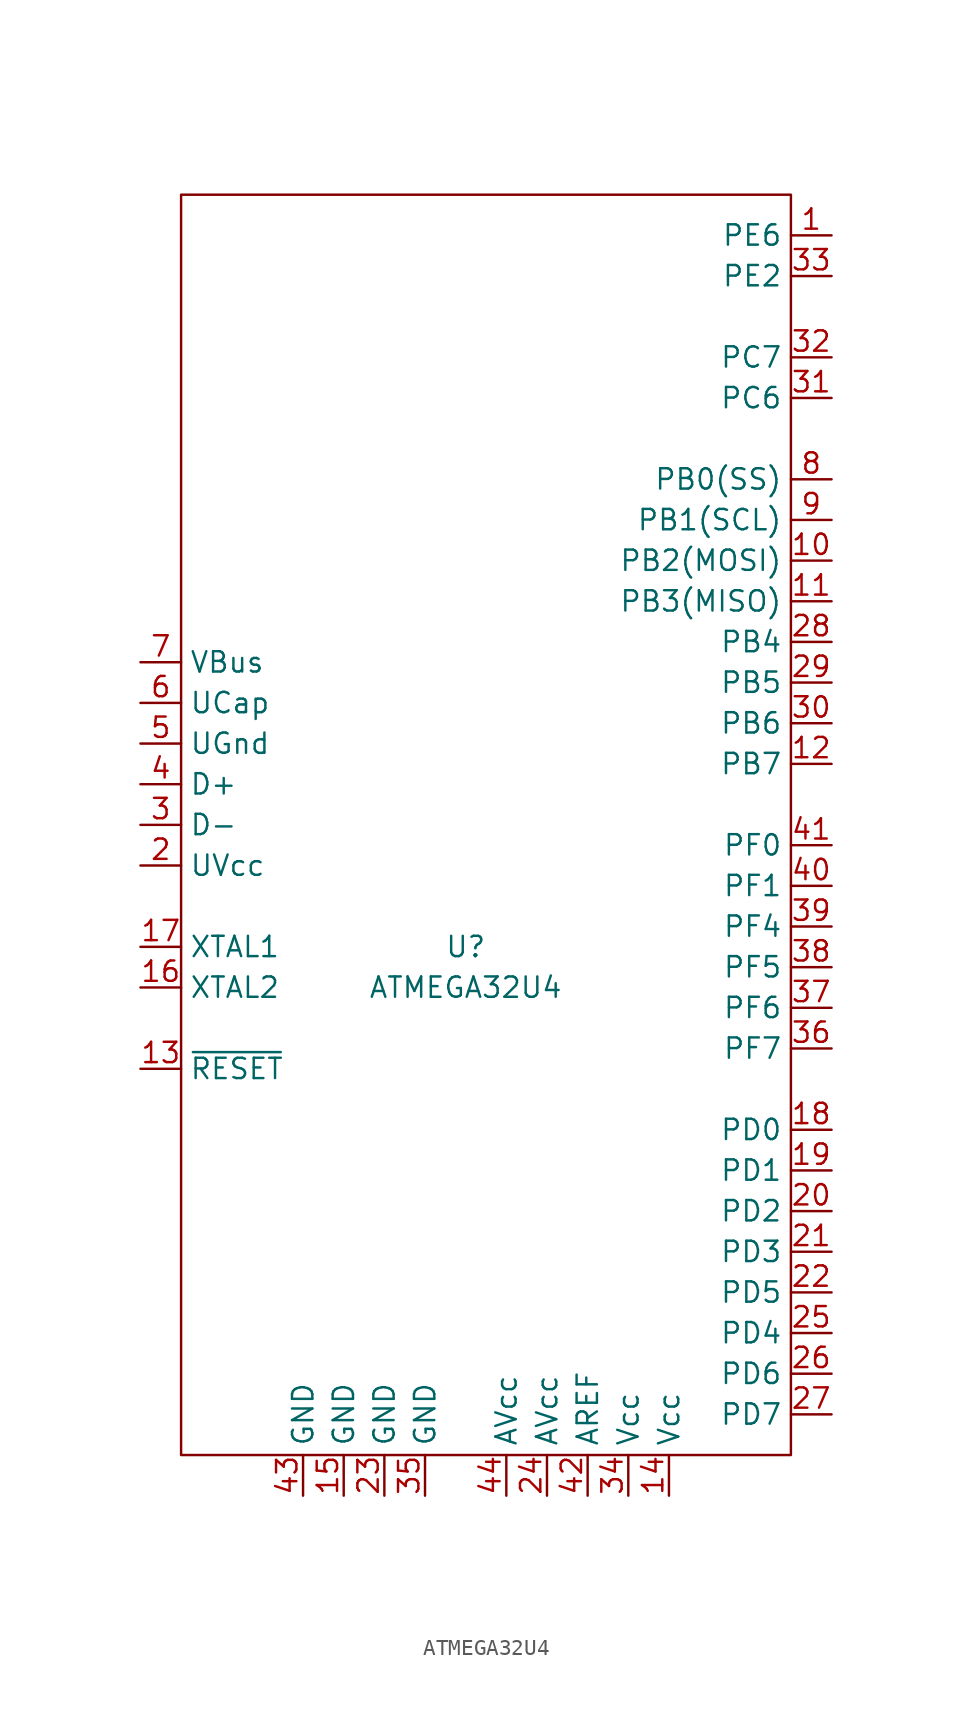
<source format=kicad_sym>
(kicad_symbol_lib
  (version 20211014)
  (generator kicad_symbol_editor)
  (symbol "ATMEGA32U4"
    (property "Reference" "U"
      (at -1.27 -6.35 0)
      (effects (font (size 1.27 1.27))))
    (property "Value" "ATMEGA32U4"
      (at -1.27 -8.89 0)
      (effects (font (size 1.27 1.27))))
    (symbol "ATMEGA32U4_0_1"
      (rectangle (start -19.05 40.64) (end 19.05 -38.1) (stroke (width 0) (type default) (color 0 0 0 0)) (fill (type none))))
    (symbol "ATMEGA32U4_1_1"
      (pin bidirectional line (at 21.59 38.1 180) (length 2.54) (name "PE6" (effects (font (size 1.27 1.27)))) (number "1" (effects (font (size 1.27 1.27)))))
      (pin bidirectional line (at 21.59 17.78 180) (length 2.54) (name "PB2(MOSI)" (effects (font (size 1.27 1.27)))) (number "10" (effects (font (size 1.27 1.27)))))
      (pin bidirectional line (at 21.59 15.24 180) (length 2.54) (name "PB3(MISO)" (effects (font (size 1.27 1.27)))) (number "11" (effects (font (size 1.27 1.27)))))
      (pin bidirectional line (at 21.59 5.08 180) (length 2.54) (name "PB7" (effects (font (size 1.27 1.27)))) (number "12" (effects (font (size 1.27 1.27)))))
      (pin input line (at -21.59 -13.97 0) (length 2.54) (name "~{RESET}" (effects (font (size 1.27 1.27)))) (number "13" (effects (font (size 1.27 1.27)))))
      (pin bidirectional line (at 11.43 -40.64 90) (length 2.54) (name "Vcc" (effects (font (size 1.27 1.27)))) (number "14" (effects (font (size 1.27 1.27)))))
      (pin passive line (at -8.89 -40.64 90) (length 2.54) (name "GND" (effects (font (size 1.27 1.27)))) (number "15" (effects (font (size 1.27 1.27)))))
      (pin input line (at -21.59 -8.89 0) (length 2.54) (name "XTAL2" (effects (font (size 1.27 1.27)))) (number "16" (effects (font (size 1.27 1.27)))))
      (pin input line (at -21.59 -6.35 0) (length 2.54) (name "XTAL1" (effects (font (size 1.27 1.27)))) (number "17" (effects (font (size 1.27 1.27)))))
      (pin bidirectional line (at 21.59 -17.78 180) (length 2.54) (name "PD0" (effects (font (size 1.27 1.27)))) (number "18" (effects (font (size 1.27 1.27)))))
      (pin bidirectional line (at 21.59 -20.32 180) (length 2.54) (name "PD1" (effects (font (size 1.27 1.27)))) (number "19" (effects (font (size 1.27 1.27)))))
      (pin passive line (at -21.59 -1.27 0) (length 2.54) (name "UVcc" (effects (font (size 1.27 1.27)))) (number "2" (effects (font (size 1.27 1.27)))))
      (pin bidirectional line (at 21.59 -22.86 180) (length 2.54) (name "PD2" (effects (font (size 1.27 1.27)))) (number "20" (effects (font (size 1.27 1.27)))))
      (pin bidirectional line (at 21.59 -25.4 180) (length 2.54) (name "PD3" (effects (font (size 1.27 1.27)))) (number "21" (effects (font (size 1.27 1.27)))))
      (pin bidirectional line (at 21.59 -27.94 180) (length 2.54) (name "PD5" (effects (font (size 1.27 1.27)))) (number "22" (effects (font (size 1.27 1.27)))))
      (pin passive line (at -6.35 -40.64 90) (length 2.54) (name "GND" (effects (font (size 1.27 1.27)))) (number "23" (effects (font (size 1.27 1.27)))))
      (pin passive line (at 3.81 -40.64 90) (length 2.54) (name "AVcc" (effects (font (size 1.27 1.27)))) (number "24" (effects (font (size 1.27 1.27)))))
      (pin bidirectional line (at 21.59 -30.48 180) (length 2.54) (name "PD4" (effects (font (size 1.27 1.27)))) (number "25" (effects (font (size 1.27 1.27)))))
      (pin bidirectional line (at 21.59 -33.02 180) (length 2.54) (name "PD6" (effects (font (size 1.27 1.27)))) (number "26" (effects (font (size 1.27 1.27)))))
      (pin bidirectional line (at 21.59 -35.56 180) (length 2.54) (name "PD7" (effects (font (size 1.27 1.27)))) (number "27" (effects (font (size 1.27 1.27)))))
      (pin bidirectional line (at 21.59 12.7 180) (length 2.54) (name "PB4" (effects (font (size 1.27 1.27)))) (number "28" (effects (font (size 1.27 1.27)))))
      (pin bidirectional line (at 21.59 10.16 180) (length 2.54) (name "PB5" (effects (font (size 1.27 1.27)))) (number "29" (effects (font (size 1.27 1.27)))))
      (pin bidirectional line (at -21.59 1.27 0) (length 2.54) (name "D-" (effects (font (size 1.27 1.27)))) (number "3" (effects (font (size 1.27 1.27)))))
      (pin bidirectional line (at 21.59 7.62 180) (length 2.54) (name "PB6" (effects (font (size 1.27 1.27)))) (number "30" (effects (font (size 1.27 1.27)))))
      (pin bidirectional line (at 21.59 27.94 180) (length 2.54) (name "PC6" (effects (font (size 1.27 1.27)))) (number "31" (effects (font (size 1.27 1.27)))))
      (pin bidirectional line (at 21.59 30.48 180) (length 2.54) (name "PC7" (effects (font (size 1.27 1.27)))) (number "32" (effects (font (size 1.27 1.27)))))
      (pin bidirectional line (at 21.59 35.56 180) (length 2.54) (name "PE2" (effects (font (size 1.27 1.27)))) (number "33" (effects (font (size 1.27 1.27)))))
      (pin passive line (at 8.89 -40.64 90) (length 2.54) (name "Vcc" (effects (font (size 1.27 1.27)))) (number "34" (effects (font (size 1.27 1.27)))))
      (pin passive line (at -3.81 -40.64 90) (length 2.54) (name "GND" (effects (font (size 1.27 1.27)))) (number "35" (effects (font (size 1.27 1.27)))))
      (pin bidirectional line (at 21.59 -12.7 180) (length 2.54) (name "PF7" (effects (font (size 1.27 1.27)))) (number "36" (effects (font (size 1.27 1.27)))))
      (pin bidirectional line (at 21.59 -10.16 180) (length 2.54) (name "PF6" (effects (font (size 1.27 1.27)))) (number "37" (effects (font (size 1.27 1.27)))))
      (pin bidirectional line (at 21.59 -7.62 180) (length 2.54) (name "PF5" (effects (font (size 1.27 1.27)))) (number "38" (effects (font (size 1.27 1.27)))))
      (pin bidirectional line (at 21.59 -5.08 180) (length 2.54) (name "PF4" (effects (font (size 1.27 1.27)))) (number "39" (effects (font (size 1.27 1.27)))))
      (pin bidirectional line (at -21.59 3.81 0) (length 2.54) (name "D+" (effects (font (size 1.27 1.27)))) (number "4" (effects (font (size 1.27 1.27)))))
      (pin bidirectional line (at 21.59 -2.54 180) (length 2.54) (name "PF1" (effects (font (size 1.27 1.27)))) (number "40" (effects (font (size 1.27 1.27)))))
      (pin bidirectional line (at 21.59 0 180) (length 2.54) (name "PF0" (effects (font (size 1.27 1.27)))) (number "41" (effects (font (size 1.27 1.27)))))
      (pin passive line (at 6.35 -40.64 90) (length 2.54) (name "AREF" (effects (font (size 1.27 1.27)))) (number "42" (effects (font (size 1.27 1.27)))))
      (pin passive line (at -11.43 -40.64 90) (length 2.54) (name "GND" (effects (font (size 1.27 1.27)))) (number "43" (effects (font (size 1.27 1.27)))))
      (pin passive line (at 1.27 -40.64 90) (length 2.54) (name "AVcc" (effects (font (size 1.27 1.27)))) (number "44" (effects (font (size 1.27 1.27)))))
      (pin passive line (at -21.59 6.35 0) (length 2.54) (name "UGnd" (effects (font (size 1.27 1.27)))) (number "5" (effects (font (size 1.27 1.27)))))
      (pin passive line (at -21.59 8.89 0) (length 2.54) (name "UCap" (effects (font (size 1.27 1.27)))) (number "6" (effects (font (size 1.27 1.27)))))
      (pin passive line (at -21.59 11.43 0) (length 2.54) (name "VBus" (effects (font (size 1.27 1.27)))) (number "7" (effects (font (size 1.27 1.27)))))
      (pin bidirectional line (at 21.59 22.86 180) (length 2.54) (name "PB0(SS)" (effects (font (size 1.27 1.27)))) (number "8" (effects (font (size 1.27 1.27)))))
      (pin bidirectional line (at 21.59 20.32 180) (length 2.54) (name "PB1(SCL)" (effects (font (size 1.27 1.27)))) (number "9" (effects (font (size 1.27 1.27))))))))
</source>
